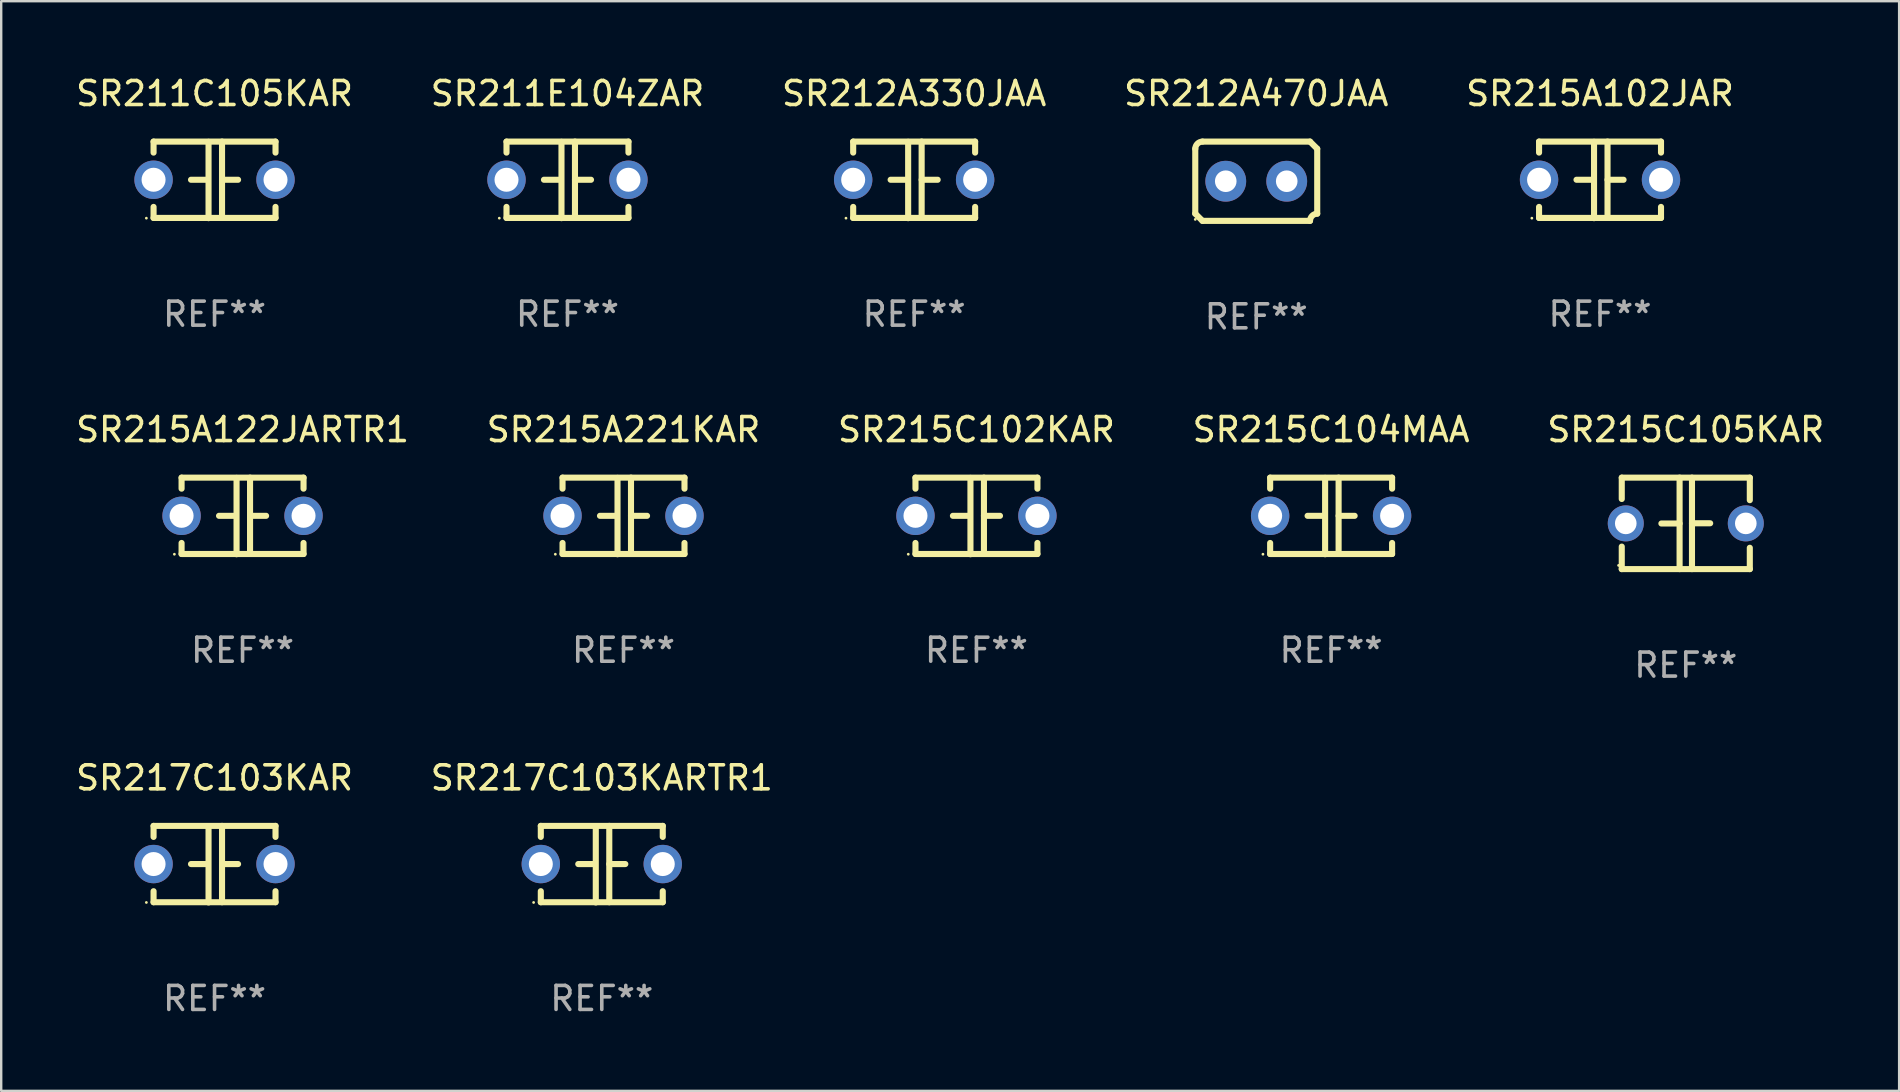
<source format=kicad_pcb>
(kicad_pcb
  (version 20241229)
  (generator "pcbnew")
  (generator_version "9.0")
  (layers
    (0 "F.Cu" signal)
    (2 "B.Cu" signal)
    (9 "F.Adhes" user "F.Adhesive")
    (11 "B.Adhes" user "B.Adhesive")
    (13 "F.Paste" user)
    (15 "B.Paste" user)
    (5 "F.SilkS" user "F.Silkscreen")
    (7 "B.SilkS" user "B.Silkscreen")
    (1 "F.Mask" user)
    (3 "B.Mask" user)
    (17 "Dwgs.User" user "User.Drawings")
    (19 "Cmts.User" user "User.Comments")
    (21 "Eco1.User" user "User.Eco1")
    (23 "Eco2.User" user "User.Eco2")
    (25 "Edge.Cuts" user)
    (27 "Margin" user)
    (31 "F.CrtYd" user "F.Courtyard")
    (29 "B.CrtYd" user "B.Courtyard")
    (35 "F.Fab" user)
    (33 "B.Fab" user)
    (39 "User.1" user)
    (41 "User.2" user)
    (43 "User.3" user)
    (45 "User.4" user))
  (footprint "SR215C105KAR"
    (layer "F.Cu")
    (at 67.173 18.752)
    (property "Reference" "SR215C105KAR" (at 0 -3.905 0) (layer "F.SilkS") (effects (font (size 1 1) (thickness 0.15))))
    (attr through_hole)
    (fp_line (start -2.667 -1.905) (end -2.667 -1.016) (stroke (width 0.254) (type solid)) (layer "F.SilkS"))
    (fp_line (start -2.667 0.967) (end -2.667 1.905) (stroke (width 0.254) (type solid)) (layer "F.SilkS"))
    (fp_line (start -2.667 1.905) (end 2.667 1.905) (stroke (width 0.254) (type solid)) (layer "F.SilkS"))
    (fp_line (start -0.258 0.005) (end -1.016 0.005) (stroke (width 0.254) (type solid)) (layer "F.SilkS"))
    (fp_line (start -0.258 1.905) (end -0.258 -1.905) (stroke (width 0.254) (type solid)) (layer "F.SilkS"))
    (fp_line (start 0.258 -1.905) (end 0.258 1.905) (stroke (width 0.254) (type solid)) (layer "F.SilkS"))
    (fp_line (start 0.258 -0.005) (end 1.016 -0.005) (stroke (width 0.254) (type solid)) (layer "F.SilkS"))
    (fp_line (start 2.667 -1.905) (end -2.667 -1.905) (stroke (width 0.254) (type solid)) (layer "F.SilkS"))
    (fp_line (start 2.667 -0.967) (end 2.667 -1.905) (stroke (width 0.254) (type solid)) (layer "F.SilkS"))
    (fp_line (start 2.667 1.905) (end 2.667 1.016) (stroke (width 0.254) (type solid)) (layer "F.SilkS"))
    (fp_circle (center -2.8 1.75) (end -2.77 1.75) (stroke (width 0.06) (type solid)) (fill no) (layer "F.SilkS"))
    (fp_text user "REF**" (at 0 5.905 0) (layer "F.Fab") (effects (font (size 1 1) (thickness 0.15))))
    (pad "1" thru_hole circle (at -2.5 0) (size 1.5 1.5) (drill 0.9) (layers "*.Cu" "*.Mask"))
    (pad "2" thru_hole circle (at 2.5 0) (size 1.5 1.5) (drill 0.9) (layers "*.Cu" "*.Mask")))
  (footprint "SR217C103KAR"
    (layer "F.Cu")
    (at 5.887 32.948)
    (property "Reference" "SR217C103KAR" (at 0 -3.595 0) (layer "F.SilkS") (effects (font (size 1 1) (thickness 0.15))))
    (attr through_hole)
    (fp_line (start -2.54 -1.595) (end -2.54 -1.136) (stroke (width 0.254) (type solid)) (layer "F.SilkS"))
    (fp_line (start -2.54 -1.595) (end 2.54 -1.595) (stroke (width 0.254) (type solid)) (layer "F.SilkS"))
    (fp_line (start -2.54 1.126) (end -2.54 1.585) (stroke (width 0.254) (type solid)) (layer "F.SilkS"))
    (fp_line (start -0.312 -0.005) (end -0.98 -0.005) (stroke (width 0.254) (type solid)) (layer "F.SilkS"))
    (fp_line (start -0.25 -1.585) (end -0.25 1.595) (stroke (width 0.254) (type solid)) (layer "F.SilkS"))
    (fp_line (start 0.312 -1.595) (end 0.312 1.585) (stroke (width 0.254) (type solid)) (layer "F.SilkS"))
    (fp_line (start 0.312 -0.005) (end 0.98 -0.005) (stroke (width 0.254) (type solid)) (layer "F.SilkS"))
    (fp_line (start 2.54 -1.595) (end 2.54 -1.136) (stroke (width 0.254) (type solid)) (layer "F.SilkS"))
    (fp_line (start 2.54 1.126) (end 2.54 1.585) (stroke (width 0.254) (type solid)) (layer "F.SilkS"))
    (fp_line (start 2.54 1.585) (end -2.54 1.585) (stroke (width 0.254) (type solid)) (layer "F.SilkS"))
    (fp_circle (center -2.84 1.595) (end -2.81 1.595) (stroke (width 0.06) (type solid)) (fill no) (layer "F.SilkS"))
    (fp_text user "REF**" (at 0 5.595 0) (layer "F.Fab") (effects (font (size 1 1) (thickness 0.15))))
    (pad "1" thru_hole circle (at -2.54 -0.005) (size 1.6 1.6) (drill 1) (layers "*.Cu" "*.Mask"))
    (pad "2" thru_hole circle (at 2.54 -0.005) (size 1.6 1.6) (drill 1) (layers "*.Cu" "*.Mask")))
  (footprint "SR217C103KARTR1"
    (layer "F.Cu")
    (at 22.018 32.948)
    (property "Reference" "SR217C103KARTR1" (at 0 -3.595 0) (layer "F.SilkS") (effects (font (size 1 1) (thickness 0.15))))
    (attr through_hole)
    (fp_line (start -2.54 -1.595) (end -2.54 -1.136) (stroke (width 0.254) (type solid)) (layer "F.SilkS"))
    (fp_line (start -2.54 -1.595) (end 2.54 -1.595) (stroke (width 0.254) (type solid)) (layer "F.SilkS"))
    (fp_line (start -2.54 1.126) (end -2.54 1.585) (stroke (width 0.254) (type solid)) (layer "F.SilkS"))
    (fp_line (start -0.312 -0.005) (end -0.98 -0.005) (stroke (width 0.254) (type solid)) (layer "F.SilkS"))
    (fp_line (start -0.25 -1.585) (end -0.25 1.595) (stroke (width 0.254) (type solid)) (layer "F.SilkS"))
    (fp_line (start 0.312 -1.595) (end 0.312 1.585) (stroke (width 0.254) (type solid)) (layer "F.SilkS"))
    (fp_line (start 0.312 -0.005) (end 0.98 -0.005) (stroke (width 0.254) (type solid)) (layer "F.SilkS"))
    (fp_line (start 2.54 -1.595) (end 2.54 -1.136) (stroke (width 0.254) (type solid)) (layer "F.SilkS"))
    (fp_line (start 2.54 1.126) (end 2.54 1.585) (stroke (width 0.254) (type solid)) (layer "F.SilkS"))
    (fp_line (start 2.54 1.585) (end -2.54 1.585) (stroke (width 0.254) (type solid)) (layer "F.SilkS"))
    (fp_circle (center -2.84 1.595) (end -2.81 1.595) (stroke (width 0.06) (type solid)) (fill no) (layer "F.SilkS"))
    (fp_text user "REF**" (at 0 5.595 0) (layer "F.Fab") (effects (font (size 1 1) (thickness 0.15))))
    (pad "1" thru_hole circle (at -2.54 -0.005) (size 1.6 1.6) (drill 1) (layers "*.Cu" "*.Mask"))
    (pad "2" thru_hole circle (at 2.54 -0.005) (size 1.6 1.6) (drill 1) (layers "*.Cu" "*.Mask")))
  (footprint "SR215A122JARTR1"
    (layer "F.Cu")
    (at 7.054 18.442)
    (property "Reference" "SR215A122JARTR1" (at 0 -3.595 0) (layer "F.SilkS") (effects (font (size 1 1) (thickness 0.15))))
    (attr through_hole)
    (fp_line (start -2.54 -1.595) (end -2.54 -1.136) (stroke (width 0.254) (type solid)) (layer "F.SilkS"))
    (fp_line (start -2.54 -1.595) (end 2.54 -1.595) (stroke (width 0.254) (type solid)) (layer "F.SilkS"))
    (fp_line (start -2.54 1.126) (end -2.54 1.585) (stroke (width 0.254) (type solid)) (layer "F.SilkS"))
    (fp_line (start -0.312 -0.005) (end -0.98 -0.005) (stroke (width 0.254) (type solid)) (layer "F.SilkS"))
    (fp_line (start -0.25 -1.585) (end -0.25 1.595) (stroke (width 0.254) (type solid)) (layer "F.SilkS"))
    (fp_line (start 0.312 -1.595) (end 0.312 1.585) (stroke (width 0.254) (type solid)) (layer "F.SilkS"))
    (fp_line (start 0.312 -0.005) (end 0.98 -0.005) (stroke (width 0.254) (type solid)) (layer "F.SilkS"))
    (fp_line (start 2.54 -1.595) (end 2.54 -1.136) (stroke (width 0.254) (type solid)) (layer "F.SilkS"))
    (fp_line (start 2.54 1.126) (end 2.54 1.585) (stroke (width 0.254) (type solid)) (layer "F.SilkS"))
    (fp_line (start 2.54 1.585) (end -2.54 1.585) (stroke (width 0.254) (type solid)) (layer "F.SilkS"))
    (fp_circle (center -2.84 1.595) (end -2.81 1.595) (stroke (width 0.06) (type solid)) (fill no) (layer "F.SilkS"))
    (fp_text user "REF**" (at 0 5.595 0) (layer "F.Fab") (effects (font (size 1 1) (thickness 0.15))))
    (pad "1" thru_hole circle (at -2.54 -0.005) (size 1.6 1.6) (drill 1) (layers "*.Cu" "*.Mask"))
    (pad "2" thru_hole circle (at 2.54 -0.005) (size 1.6 1.6) (drill 1) (layers "*.Cu" "*.Mask")))
  (footprint "SR215C102KAR"
    (layer "F.Cu")
    (at 37.625 18.442)
    (property "Reference" "SR215C102KAR" (at 0 -3.595 0) (layer "F.SilkS") (effects (font (size 1 1) (thickness 0.15))))
    (attr through_hole)
    (fp_line (start -2.54 -1.595) (end -2.54 -1.136) (stroke (width 0.254) (type solid)) (layer "F.SilkS"))
    (fp_line (start -2.54 -1.595) (end 2.54 -1.595) (stroke (width 0.254) (type solid)) (layer "F.SilkS"))
    (fp_line (start -2.54 1.126) (end -2.54 1.585) (stroke (width 0.254) (type solid)) (layer "F.SilkS"))
    (fp_line (start -0.312 -0.005) (end -0.98 -0.005) (stroke (width 0.254) (type solid)) (layer "F.SilkS"))
    (fp_line (start -0.25 -1.585) (end -0.25 1.595) (stroke (width 0.254) (type solid)) (layer "F.SilkS"))
    (fp_line (start 0.312 -1.595) (end 0.312 1.585) (stroke (width 0.254) (type solid)) (layer "F.SilkS"))
    (fp_line (start 0.312 -0.005) (end 0.98 -0.005) (stroke (width 0.254) (type solid)) (layer "F.SilkS"))
    (fp_line (start 2.54 -1.595) (end 2.54 -1.136) (stroke (width 0.254) (type solid)) (layer "F.SilkS"))
    (fp_line (start 2.54 1.126) (end 2.54 1.585) (stroke (width 0.254) (type solid)) (layer "F.SilkS"))
    (fp_line (start 2.54 1.585) (end -2.54 1.585) (stroke (width 0.254) (type solid)) (layer "F.SilkS"))
    (fp_circle (center -2.84 1.595) (end -2.81 1.595) (stroke (width 0.06) (type solid)) (fill no) (layer "F.SilkS"))
    (fp_text user "REF**" (at 0 5.595 0) (layer "F.Fab") (effects (font (size 1 1) (thickness 0.15))))
    (pad "1" thru_hole circle (at -2.54 -0.005) (size 1.6 1.6) (drill 1) (layers "*.Cu" "*.Mask"))
    (pad "2" thru_hole circle (at 2.54 -0.005) (size 1.6 1.6) (drill 1) (layers "*.Cu" "*.Mask")))
  (footprint "SR215C104MAA"
    (layer "F.Cu")
    (at 52.399 18.442)
    (property "Reference" "SR215C104MAA" (at 0 -3.595 0) (layer "F.SilkS") (effects (font (size 1 1) (thickness 0.15))))
    (attr through_hole)
    (fp_line (start -2.54 -1.595) (end -2.54 -1.136) (stroke (width 0.254) (type solid)) (layer "F.SilkS"))
    (fp_line (start -2.54 -1.595) (end 2.54 -1.595) (stroke (width 0.254) (type solid)) (layer "F.SilkS"))
    (fp_line (start -2.54 1.126) (end -2.54 1.585) (stroke (width 0.254) (type solid)) (layer "F.SilkS"))
    (fp_line (start -0.312 -0.005) (end -0.98 -0.005) (stroke (width 0.254) (type solid)) (layer "F.SilkS"))
    (fp_line (start -0.25 -1.585) (end -0.25 1.595) (stroke (width 0.254) (type solid)) (layer "F.SilkS"))
    (fp_line (start 0.312 -1.595) (end 0.312 1.585) (stroke (width 0.254) (type solid)) (layer "F.SilkS"))
    (fp_line (start 0.312 -0.005) (end 0.98 -0.005) (stroke (width 0.254) (type solid)) (layer "F.SilkS"))
    (fp_line (start 2.54 -1.595) (end 2.54 -1.136) (stroke (width 0.254) (type solid)) (layer "F.SilkS"))
    (fp_line (start 2.54 1.126) (end 2.54 1.585) (stroke (width 0.254) (type solid)) (layer "F.SilkS"))
    (fp_line (start 2.54 1.585) (end -2.54 1.585) (stroke (width 0.254) (type solid)) (layer "F.SilkS"))
    (fp_circle (center -2.84 1.595) (end -2.81 1.595) (stroke (width 0.06) (type solid)) (fill no) (layer "F.SilkS"))
    (fp_text user "REF**" (at 0 5.595 0) (layer "F.Fab") (effects (font (size 1 1) (thickness 0.15))))
    (pad "1" thru_hole circle (at -2.54 -0.005) (size 1.6 1.6) (drill 1) (layers "*.Cu" "*.Mask"))
    (pad "2" thru_hole circle (at 2.54 -0.005) (size 1.6 1.6) (drill 1) (layers "*.Cu" "*.Mask")))
  (footprint "SR211C105KAR"
    (layer "F.Cu")
    (at 5.887 4.443)
    (property "Reference" "SR211C105KAR" (at 0 -3.595 0) (layer "F.SilkS") (effects (font (size 1 1) (thickness 0.15))))
    (attr through_hole)
    (fp_line (start -2.54 -1.595) (end -2.54 -1.136) (stroke (width 0.254) (type solid)) (layer "F.SilkS"))
    (fp_line (start -2.54 -1.595) (end 2.54 -1.595) (stroke (width 0.254) (type solid)) (layer "F.SilkS"))
    (fp_line (start -2.54 1.126) (end -2.54 1.585) (stroke (width 0.254) (type solid)) (layer "F.SilkS"))
    (fp_line (start -0.312 -0.005) (end -0.98 -0.005) (stroke (width 0.254) (type solid)) (layer "F.SilkS"))
    (fp_line (start -0.25 -1.585) (end -0.25 1.595) (stroke (width 0.254) (type solid)) (layer "F.SilkS"))
    (fp_line (start 0.312 -1.595) (end 0.312 1.585) (stroke (width 0.254) (type solid)) (layer "F.SilkS"))
    (fp_line (start 0.312 -0.005) (end 0.98 -0.005) (stroke (width 0.254) (type solid)) (layer "F.SilkS"))
    (fp_line (start 2.54 -1.595) (end 2.54 -1.136) (stroke (width 0.254) (type solid)) (layer "F.SilkS"))
    (fp_line (start 2.54 1.126) (end 2.54 1.585) (stroke (width 0.254) (type solid)) (layer "F.SilkS"))
    (fp_line (start 2.54 1.585) (end -2.54 1.585) (stroke (width 0.254) (type solid)) (layer "F.SilkS"))
    (fp_circle (center -2.84 1.595) (end -2.81 1.595) (stroke (width 0.06) (type solid)) (fill no) (layer "F.SilkS"))
    (fp_text user "REF**" (at 0 5.595 0) (layer "F.Fab") (effects (font (size 1 1) (thickness 0.15))))
    (pad "1" thru_hole circle (at -2.54 -0.005) (size 1.6 1.6) (drill 1) (layers "*.Cu" "*.Mask"))
    (pad "2" thru_hole circle (at 2.54 -0.005) (size 1.6 1.6) (drill 1) (layers "*.Cu" "*.Mask")))
  (footprint "SR211E104ZAR"
    (layer "F.Cu")
    (at 20.589 4.443)
    (property "Reference" "SR211E104ZAR" (at 0 -3.595 0) (layer "F.SilkS") (effects (font (size 1 1) (thickness 0.15))))
    (attr through_hole)
    (fp_line (start -2.54 -1.595) (end -2.54 -1.136) (stroke (width 0.254) (type solid)) (layer "F.SilkS"))
    (fp_line (start -2.54 -1.595) (end 2.54 -1.595) (stroke (width 0.254) (type solid)) (layer "F.SilkS"))
    (fp_line (start -2.54 1.126) (end -2.54 1.585) (stroke (width 0.254) (type solid)) (layer "F.SilkS"))
    (fp_line (start -0.312 -0.005) (end -0.98 -0.005) (stroke (width 0.254) (type solid)) (layer "F.SilkS"))
    (fp_line (start -0.25 -1.585) (end -0.25 1.595) (stroke (width 0.254) (type solid)) (layer "F.SilkS"))
    (fp_line (start 0.312 -1.595) (end 0.312 1.585) (stroke (width 0.254) (type solid)) (layer "F.SilkS"))
    (fp_line (start 0.312 -0.005) (end 0.98 -0.005) (stroke (width 0.254) (type solid)) (layer "F.SilkS"))
    (fp_line (start 2.54 -1.595) (end 2.54 -1.136) (stroke (width 0.254) (type solid)) (layer "F.SilkS"))
    (fp_line (start 2.54 1.126) (end 2.54 1.585) (stroke (width 0.254) (type solid)) (layer "F.SilkS"))
    (fp_line (start 2.54 1.585) (end -2.54 1.585) (stroke (width 0.254) (type solid)) (layer "F.SilkS"))
    (fp_circle (center -2.84 1.595) (end -2.81 1.595) (stroke (width 0.06) (type solid)) (fill no) (layer "F.SilkS"))
    (fp_text user "REF**" (at 0 5.595 0) (layer "F.Fab") (effects (font (size 1 1) (thickness 0.15))))
    (pad "1" thru_hole circle (at -2.54 -0.005) (size 1.6 1.6) (drill 1) (layers "*.Cu" "*.Mask"))
    (pad "2" thru_hole circle (at 2.54 -0.005) (size 1.6 1.6) (drill 1) (layers "*.Cu" "*.Mask")))
  (footprint "SR212A330JAA"
    (layer "F.Cu")
    (at 35.03 4.443)
    (property "Reference" "SR212A330JAA" (at 0 -3.595 0) (layer "F.SilkS") (effects (font (size 1 1) (thickness 0.15))))
    (attr through_hole)
    (fp_line (start -2.54 -1.595) (end -2.54 -1.136) (stroke (width 0.254) (type solid)) (layer "F.SilkS"))
    (fp_line (start -2.54 -1.595) (end 2.54 -1.595) (stroke (width 0.254) (type solid)) (layer "F.SilkS"))
    (fp_line (start -2.54 1.126) (end -2.54 1.585) (stroke (width 0.254) (type solid)) (layer "F.SilkS"))
    (fp_line (start -0.312 -0.005) (end -0.98 -0.005) (stroke (width 0.254) (type solid)) (layer "F.SilkS"))
    (fp_line (start -0.25 -1.585) (end -0.25 1.595) (stroke (width 0.254) (type solid)) (layer "F.SilkS"))
    (fp_line (start 0.312 -1.595) (end 0.312 1.585) (stroke (width 0.254) (type solid)) (layer "F.SilkS"))
    (fp_line (start 0.312 -0.005) (end 0.98 -0.005) (stroke (width 0.254) (type solid)) (layer "F.SilkS"))
    (fp_line (start 2.54 -1.595) (end 2.54 -1.136) (stroke (width 0.254) (type solid)) (layer "F.SilkS"))
    (fp_line (start 2.54 1.126) (end 2.54 1.585) (stroke (width 0.254) (type solid)) (layer "F.SilkS"))
    (fp_line (start 2.54 1.585) (end -2.54 1.585) (stroke (width 0.254) (type solid)) (layer "F.SilkS"))
    (fp_circle (center -2.84 1.595) (end -2.81 1.595) (stroke (width 0.06) (type solid)) (fill no) (layer "F.SilkS"))
    (fp_text user "REF**" (at 0 5.595 0) (layer "F.Fab") (effects (font (size 1 1) (thickness 0.15))))
    (pad "1" thru_hole circle (at -2.54 -0.005) (size 1.6 1.6) (drill 1) (layers "*.Cu" "*.Mask"))
    (pad "2" thru_hole circle (at 2.54 -0.005) (size 1.6 1.6) (drill 1) (layers "*.Cu" "*.Mask")))
  (footprint "SR215A102JAR"
    (layer "F.Cu")
    (at 63.601 4.443)
    (property "Reference" "SR215A102JAR" (at 0 -3.595 0) (layer "F.SilkS") (effects (font (size 1 1) (thickness 0.15))))
    (attr through_hole)
    (fp_line (start -2.54 -1.595) (end -2.54 -1.136) (stroke (width 0.254) (type solid)) (layer "F.SilkS"))
    (fp_line (start -2.54 -1.595) (end 2.54 -1.595) (stroke (width 0.254) (type solid)) (layer "F.SilkS"))
    (fp_line (start -2.54 1.126) (end -2.54 1.585) (stroke (width 0.254) (type solid)) (layer "F.SilkS"))
    (fp_line (start -0.312 -0.005) (end -0.98 -0.005) (stroke (width 0.254) (type solid)) (layer "F.SilkS"))
    (fp_line (start -0.25 -1.585) (end -0.25 1.595) (stroke (width 0.254) (type solid)) (layer "F.SilkS"))
    (fp_line (start 0.312 -1.595) (end 0.312 1.585) (stroke (width 0.254) (type solid)) (layer "F.SilkS"))
    (fp_line (start 0.312 -0.005) (end 0.98 -0.005) (stroke (width 0.254) (type solid)) (layer "F.SilkS"))
    (fp_line (start 2.54 -1.595) (end 2.54 -1.136) (stroke (width 0.254) (type solid)) (layer "F.SilkS"))
    (fp_line (start 2.54 1.126) (end 2.54 1.585) (stroke (width 0.254) (type solid)) (layer "F.SilkS"))
    (fp_line (start 2.54 1.585) (end -2.54 1.585) (stroke (width 0.254) (type solid)) (layer "F.SilkS"))
    (fp_circle (center -2.84 1.595) (end -2.81 1.595) (stroke (width 0.06) (type solid)) (fill no) (layer "F.SilkS"))
    (fp_text user "REF**" (at 0 5.595 0) (layer "F.Fab") (effects (font (size 1 1) (thickness 0.15))))
    (pad "1" thru_hole circle (at -2.54 -0.005) (size 1.6 1.6) (drill 1) (layers "*.Cu" "*.Mask"))
    (pad "2" thru_hole circle (at 2.54 -0.005) (size 1.6 1.6) (drill 1) (layers "*.Cu" "*.Mask")))
  (footprint "SR215A221KAR"
    (layer "F.Cu")
    (at 22.923 18.442)
    (property "Reference" "SR215A221KAR" (at 0 -3.595 0) (layer "F.SilkS") (effects (font (size 1 1) (thickness 0.15))))
    (attr through_hole)
    (fp_line (start -2.54 -1.595) (end -2.54 -1.136) (stroke (width 0.254) (type solid)) (layer "F.SilkS"))
    (fp_line (start -2.54 -1.595) (end 2.54 -1.595) (stroke (width 0.254) (type solid)) (layer "F.SilkS"))
    (fp_line (start -2.54 1.126) (end -2.54 1.585) (stroke (width 0.254) (type solid)) (layer "F.SilkS"))
    (fp_line (start -0.312 -0.005) (end -0.98 -0.005) (stroke (width 0.254) (type solid)) (layer "F.SilkS"))
    (fp_line (start -0.25 -1.585) (end -0.25 1.595) (stroke (width 0.254) (type solid)) (layer "F.SilkS"))
    (fp_line (start 0.312 -1.595) (end 0.312 1.585) (stroke (width 0.254) (type solid)) (layer "F.SilkS"))
    (fp_line (start 0.312 -0.005) (end 0.98 -0.005) (stroke (width 0.254) (type solid)) (layer "F.SilkS"))
    (fp_line (start 2.54 -1.595) (end 2.54 -1.136) (stroke (width 0.254) (type solid)) (layer "F.SilkS"))
    (fp_line (start 2.54 1.126) (end 2.54 1.585) (stroke (width 0.254) (type solid)) (layer "F.SilkS"))
    (fp_line (start 2.54 1.585) (end -2.54 1.585) (stroke (width 0.254) (type solid)) (layer "F.SilkS"))
    (fp_circle (center -2.84 1.595) (end -2.81 1.595) (stroke (width 0.06) (type solid)) (fill no) (layer "F.SilkS"))
    (fp_text user "REF**" (at 0 5.595 0) (layer "F.Fab") (effects (font (size 1 1) (thickness 0.15))))
    (pad "1" thru_hole circle (at -2.54 -0.005) (size 1.6 1.6) (drill 1) (layers "*.Cu" "*.Mask"))
    (pad "2" thru_hole circle (at 2.54 -0.005) (size 1.6 1.6) (drill 1) (layers "*.Cu" "*.Mask")))
  (footprint "SR212A470JAA"
    (layer "F.Cu")
    (at 49.28 4.499)
    (property "Reference" "SR212A470JAA" (at 0 -3.651 0) (layer "F.SilkS") (effects (font (size 1 1) (thickness 0.15))))
    (attr through_hole)
    (fp_line (start -2.54 -1.351) (end -2.54 1.351) (stroke (width 0.254) (type solid)) (layer "F.SilkS"))
    (fp_line (start -2.24 -1.651) (end 2.24 -1.651) (stroke (width 0.254) (type solid)) (layer "F.SilkS"))
    (fp_line (start 2.24 1.651) (end -2.24 1.651) (stroke (width 0.254) (type solid)) (layer "F.SilkS"))
    (fp_line (start 2.54 1.351) (end 2.54 -1.351) (stroke (width 0.254) (type solid)) (layer "F.SilkS"))
    (fp_arc (start -2.540005 -1.351283) (mid -2.450115 -1.561309) (end -2.240005 -1.651003) (stroke (width 0.254001) (type solid)) (layer "F.SilkS"))
    (fp_arc (start -2.240287 1.651001) (mid -2.390163 1.501019) (end -2.540005 1.351003) (stroke (width 0.254001) (type solid)) (layer "F.SilkS"))
    (fp_arc (start 2.240005 1.651003) (mid 2.329934 1.441015) (end 2.540005 1.351282) (stroke (width 0.254001) (type solid)) (layer "F.SilkS"))
    (fp_arc (start 2.540005 -1.351003) (mid 2.389393 -1.500252) (end 2.240284 -1.651003) (stroke (width 0.254001) (type solid)) (layer "F.SilkS"))
    (fp_circle (center -2.54 1.59) (end -2.51 1.59) (stroke (width 0.06) (type solid)) (fill no) (layer "F.SilkS"))
    (fp_text user "REF**" (at 0 5.651 0) (layer "F.Fab") (effects (font (size 1 1) (thickness 0.15))))
    (pad "1" thru_hole circle (at -1.27 0) (size 1.7 1.7) (drill 0.9) (layers "*.Cu" "*.Mask"))
    (pad "2" thru_hole circle (at 1.27 0) (size 1.7 1.7) (drill 0.9) (layers "*.Cu" "*.Mask")))
  (gr_rect
    (start -3 -3)
    (end 76.06 42.391)
    (stroke (width 0.1) (type default))
    (fill no)
    (layer "Edge.Cuts")))
</source>
